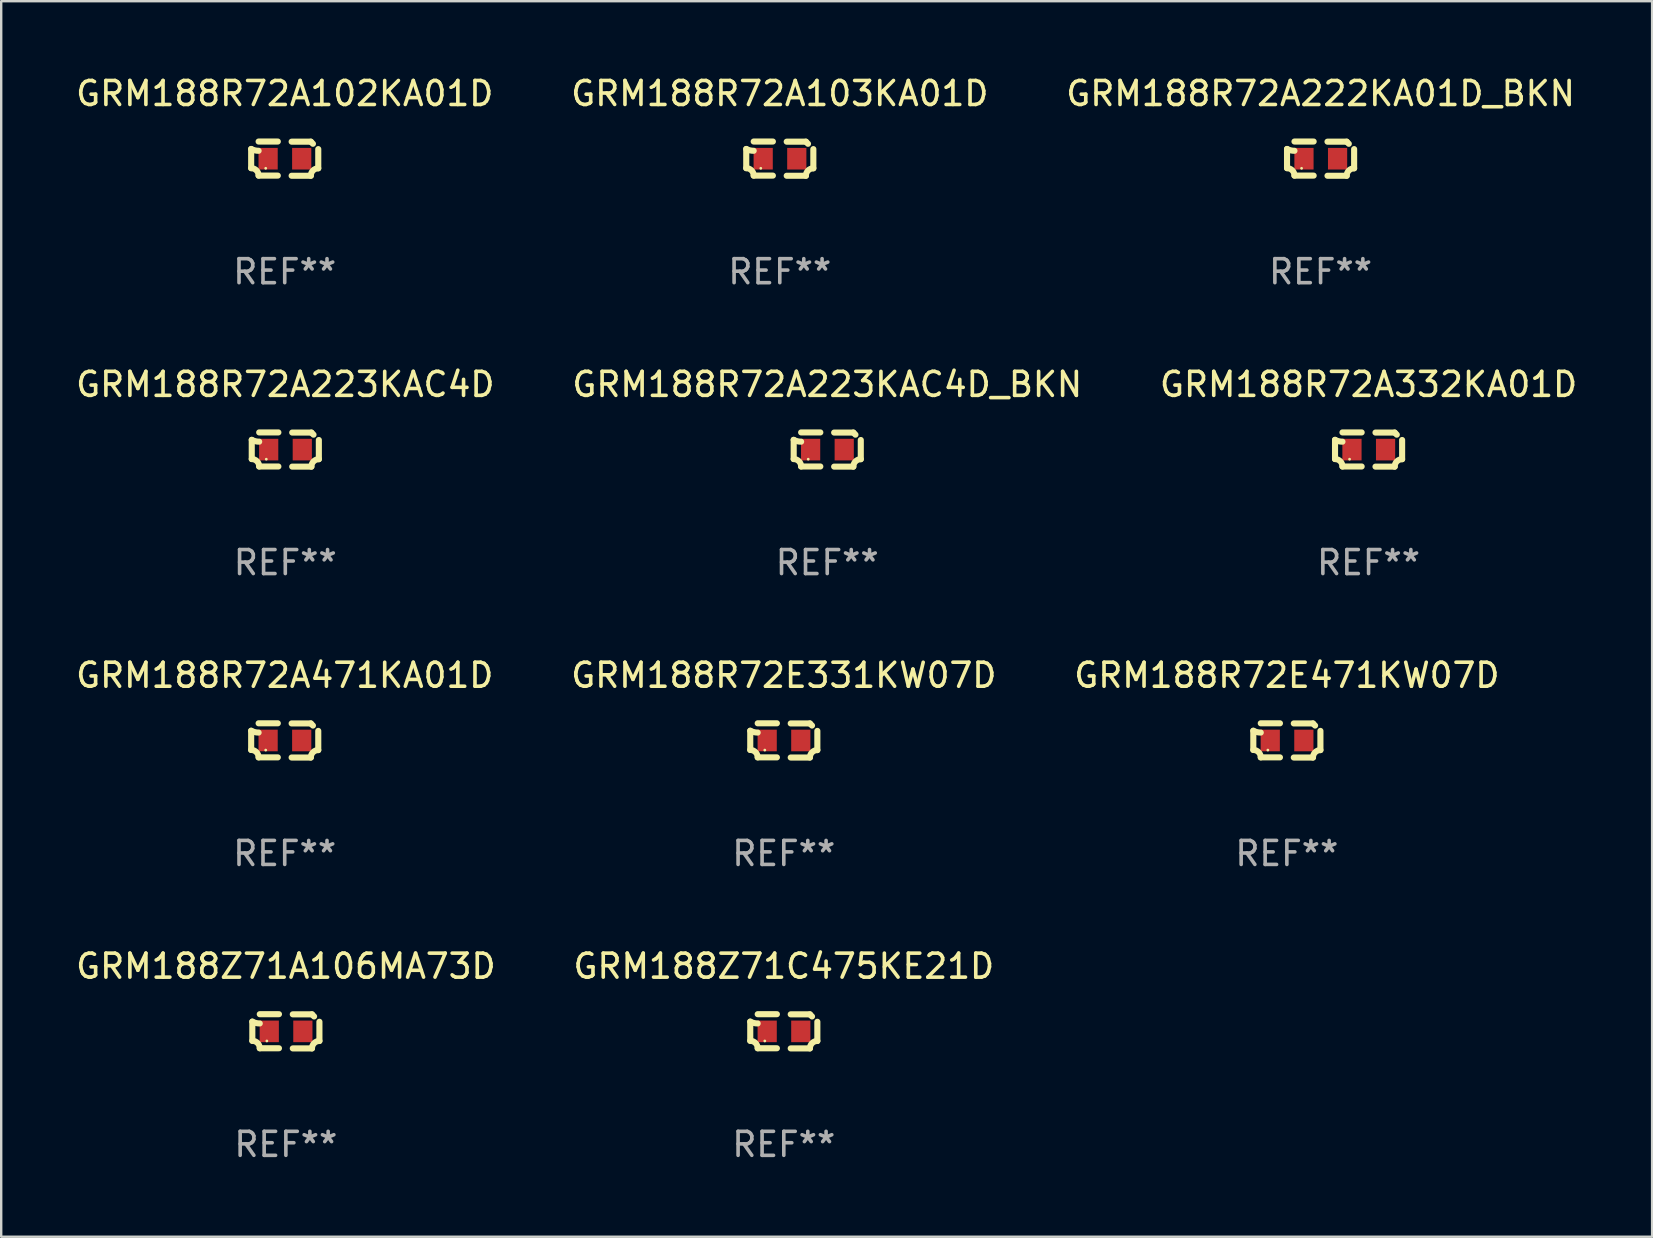
<source format=kicad_pcb>
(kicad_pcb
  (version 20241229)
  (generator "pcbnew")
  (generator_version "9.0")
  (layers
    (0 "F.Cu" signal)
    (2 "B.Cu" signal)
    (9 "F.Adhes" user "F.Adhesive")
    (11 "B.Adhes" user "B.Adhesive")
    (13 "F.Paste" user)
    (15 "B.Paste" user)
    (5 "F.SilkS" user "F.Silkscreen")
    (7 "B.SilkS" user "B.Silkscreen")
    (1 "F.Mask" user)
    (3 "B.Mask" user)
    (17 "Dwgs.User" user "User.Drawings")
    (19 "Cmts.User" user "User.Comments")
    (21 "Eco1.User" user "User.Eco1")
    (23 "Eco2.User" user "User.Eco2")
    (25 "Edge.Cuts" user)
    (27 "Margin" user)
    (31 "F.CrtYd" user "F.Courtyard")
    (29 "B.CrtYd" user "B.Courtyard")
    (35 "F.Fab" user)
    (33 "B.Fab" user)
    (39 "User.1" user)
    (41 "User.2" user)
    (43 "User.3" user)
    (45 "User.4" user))
  (footprint "GRM188R72A103KA01D"
    (layer "F.Cu")
    (at 29.446 3.561)
    (property "Reference" "GRM188R72A103KA01D" (at 0 -2.713 0) (layer "F.SilkS") (effects (font (size 1 1) (thickness 0.15))))
    (attr through_hole)
    (fp_line (start -1.398 -0.403) (end -1.398 0.397) (stroke (width 0.254) (type solid)) (layer "F.SilkS"))
    (fp_line (start -0.288 -0.713) (end -1.088 -0.713) (stroke (width 0.254) (type solid)) (layer "F.SilkS"))
    (fp_line (start -0.288 0.707) (end -1.088 0.707) (stroke (width 0.254) (type solid)) (layer "F.SilkS"))
    (fp_line (start 0.288 -0.707) (end 1.088 -0.707) (stroke (width 0.254) (type solid)) (layer "F.SilkS"))
    (fp_line (start 0.288 0.713) (end 1.088 0.713) (stroke (width 0.254) (type solid)) (layer "F.SilkS"))
    (fp_line (start 1.398 -0.397) (end 1.398 0.403) (stroke (width 0.254) (type solid)) (layer "F.SilkS"))
    (fp_arc (start -1.397789 0.397066) (mid -1.178701 0.487826) (end -1.08796 0.706922) (stroke (width 0.254001) (type solid)) (layer "F.SilkS"))
    (fp_arc (start -1.08796 -0.327176) (mid -1.247436 -0.346384) (end -1.39779 -0.402908) (stroke (width 0.254001) (type solid)) (layer "F.SilkS"))
    (fp_arc (start 1.087909 0.712738) (mid 1.178656 0.493655) (end 1.397739 0.402908) (stroke (width 0.254001) (type solid)) (layer "F.SilkS"))
    (fp_arc (start 1.175925 -0.618926) (mid 1.131917 -0.662923) (end 1.08791 -0.706922) (stroke (width 0.254001) (type solid)) (layer "F.SilkS"))
    (fp_circle (center -0.792 0.403) (end -0.762 0.403) (stroke (width 0.06) (type solid)) (fill no) (layer "F.SilkS"))
    (fp_text user "REF**" (at 0 4.713 0) (layer "F.Fab") (effects (font (size 1 1) (thickness 0.15))))
    (pad "1" smd rect (at -0.692 0.003) (size 0.8 0.9) (layers "F.Cu" "F.Mask" "F.Paste"))
    (pad "2" smd rect (at 0.708 0.003) (size 0.8 0.9) (layers "F.Cu" "F.Mask" "F.Paste")))
  (footprint "GRM188R72A471KA01D"
    (layer "F.Cu")
    (at 8.815 27.805)
    (property "Reference" "GRM188R72A471KA01D" (at 0 -2.713 0) (layer "F.SilkS") (effects (font (size 1 1) (thickness 0.15))))
    (attr through_hole)
    (fp_line (start -1.398 -0.403) (end -1.398 0.397) (stroke (width 0.254) (type solid)) (layer "F.SilkS"))
    (fp_line (start -0.288 -0.713) (end -1.088 -0.713) (stroke (width 0.254) (type solid)) (layer "F.SilkS"))
    (fp_line (start -0.288 0.707) (end -1.088 0.707) (stroke (width 0.254) (type solid)) (layer "F.SilkS"))
    (fp_line (start 0.288 -0.707) (end 1.088 -0.707) (stroke (width 0.254) (type solid)) (layer "F.SilkS"))
    (fp_line (start 0.288 0.713) (end 1.088 0.713) (stroke (width 0.254) (type solid)) (layer "F.SilkS"))
    (fp_line (start 1.398 -0.397) (end 1.398 0.403) (stroke (width 0.254) (type solid)) (layer "F.SilkS"))
    (fp_arc (start -1.397789 0.397066) (mid -1.178701 0.487826) (end -1.08796 0.706922) (stroke (width 0.254001) (type solid)) (layer "F.SilkS"))
    (fp_arc (start -1.08796 -0.327176) (mid -1.247436 -0.346384) (end -1.39779 -0.402908) (stroke (width 0.254001) (type solid)) (layer "F.SilkS"))
    (fp_arc (start 1.087909 0.712738) (mid 1.178656 0.493655) (end 1.397739 0.402908) (stroke (width 0.254001) (type solid)) (layer "F.SilkS"))
    (fp_arc (start 1.175925 -0.618926) (mid 1.131917 -0.662923) (end 1.08791 -0.706922) (stroke (width 0.254001) (type solid)) (layer "F.SilkS"))
    (fp_circle (center -0.792 0.403) (end -0.762 0.403) (stroke (width 0.06) (type solid)) (fill no) (layer "F.SilkS"))
    (fp_text user "REF**" (at 0 4.713 0) (layer "F.Fab") (effects (font (size 1 1) (thickness 0.15))))
    (pad "1" smd rect (at -0.692 0.003) (size 0.8 0.9) (layers "F.Cu" "F.Mask" "F.Paste"))
    (pad "2" smd rect (at 0.708 0.003) (size 0.8 0.9) (layers "F.Cu" "F.Mask" "F.Paste")))
  (footprint "GRM188R72A222KA01D_BKN"
    (layer "F.Cu")
    (at 51.982 3.561)
    (property "Reference" "GRM188R72A222KA01D_BKN" (at 0 -2.713 0) (layer "F.SilkS") (effects (font (size 1 1) (thickness 0.15))))
    (attr through_hole)
    (fp_line (start -1.398 -0.403) (end -1.398 0.397) (stroke (width 0.254) (type solid)) (layer "F.SilkS"))
    (fp_line (start -0.288 -0.713) (end -1.088 -0.713) (stroke (width 0.254) (type solid)) (layer "F.SilkS"))
    (fp_line (start -0.288 0.707) (end -1.088 0.707) (stroke (width 0.254) (type solid)) (layer "F.SilkS"))
    (fp_line (start 0.288 -0.707) (end 1.088 -0.707) (stroke (width 0.254) (type solid)) (layer "F.SilkS"))
    (fp_line (start 0.288 0.713) (end 1.088 0.713) (stroke (width 0.254) (type solid)) (layer "F.SilkS"))
    (fp_line (start 1.398 -0.397) (end 1.398 0.403) (stroke (width 0.254) (type solid)) (layer "F.SilkS"))
    (fp_arc (start -1.397789 0.397066) (mid -1.178701 0.487826) (end -1.08796 0.706922) (stroke (width 0.254001) (type solid)) (layer "F.SilkS"))
    (fp_arc (start -1.08796 -0.327176) (mid -1.247436 -0.346384) (end -1.39779 -0.402908) (stroke (width 0.254001) (type solid)) (layer "F.SilkS"))
    (fp_arc (start 1.087909 0.712738) (mid 1.178656 0.493655) (end 1.397739 0.402908) (stroke (width 0.254001) (type solid)) (layer "F.SilkS"))
    (fp_arc (start 1.175925 -0.618926) (mid 1.131917 -0.662923) (end 1.08791 -0.706922) (stroke (width 0.254001) (type solid)) (layer "F.SilkS"))
    (fp_circle (center -0.792 0.403) (end -0.762 0.403) (stroke (width 0.06) (type solid)) (fill no) (layer "F.SilkS"))
    (fp_text user "REF**" (at 0 4.713 0) (layer "F.Fab") (effects (font (size 1 1) (thickness 0.15))))
    (pad "1" smd rect (at -0.692 0.003) (size 0.8 0.9) (layers "F.Cu" "F.Mask" "F.Paste"))
    (pad "2" smd rect (at 0.708 0.003) (size 0.8 0.9) (layers "F.Cu" "F.Mask" "F.Paste")))
  (footprint "GRM188Z71A106MA73D"
    (layer "F.Cu")
    (at 8.863 39.927)
    (property "Reference" "GRM188Z71A106MA73D" (at 0 -2.713 0) (layer "F.SilkS") (effects (font (size 1 1) (thickness 0.15))))
    (attr through_hole)
    (fp_line (start -1.398 -0.403) (end -1.398 0.397) (stroke (width 0.254) (type solid)) (layer "F.SilkS"))
    (fp_line (start -0.288 -0.713) (end -1.088 -0.713) (stroke (width 0.254) (type solid)) (layer "F.SilkS"))
    (fp_line (start -0.288 0.707) (end -1.088 0.707) (stroke (width 0.254) (type solid)) (layer "F.SilkS"))
    (fp_line (start 0.288 -0.707) (end 1.088 -0.707) (stroke (width 0.254) (type solid)) (layer "F.SilkS"))
    (fp_line (start 0.288 0.713) (end 1.088 0.713) (stroke (width 0.254) (type solid)) (layer "F.SilkS"))
    (fp_line (start 1.398 -0.397) (end 1.398 0.403) (stroke (width 0.254) (type solid)) (layer "F.SilkS"))
    (fp_arc (start -1.397789 0.397066) (mid -1.178701 0.487826) (end -1.08796 0.706922) (stroke (width 0.254001) (type solid)) (layer "F.SilkS"))
    (fp_arc (start -1.08796 -0.327176) (mid -1.247436 -0.346384) (end -1.39779 -0.402908) (stroke (width 0.254001) (type solid)) (layer "F.SilkS"))
    (fp_arc (start 1.087909 0.712738) (mid 1.178656 0.493655) (end 1.397739 0.402908) (stroke (width 0.254001) (type solid)) (layer "F.SilkS"))
    (fp_arc (start 1.175925 -0.618926) (mid 1.131917 -0.662923) (end 1.08791 -0.706922) (stroke (width 0.254001) (type solid)) (layer "F.SilkS"))
    (fp_circle (center -0.792 0.403) (end -0.762 0.403) (stroke (width 0.06) (type solid)) (fill no) (layer "F.SilkS"))
    (fp_text user "REF**" (at 0 4.713 0) (layer "F.Fab") (effects (font (size 1 1) (thickness 0.15))))
    (pad "1" smd rect (at -0.692 0.003) (size 0.8 0.9) (layers "F.Cu" "F.Mask" "F.Paste"))
    (pad "2" smd rect (at 0.708 0.003) (size 0.8 0.9) (layers "F.Cu" "F.Mask" "F.Paste")))
  (footprint "GRM188R72A332KA01D"
    (layer "F.Cu")
    (at 53.982 15.683)
    (property "Reference" "GRM188R72A332KA01D" (at 0 -2.713 0) (layer "F.SilkS") (effects (font (size 1 1) (thickness 0.15))))
    (attr through_hole)
    (fp_line (start -1.398 -0.403) (end -1.398 0.397) (stroke (width 0.254) (type solid)) (layer "F.SilkS"))
    (fp_line (start -0.288 -0.713) (end -1.088 -0.713) (stroke (width 0.254) (type solid)) (layer "F.SilkS"))
    (fp_line (start -0.288 0.707) (end -1.088 0.707) (stroke (width 0.254) (type solid)) (layer "F.SilkS"))
    (fp_line (start 0.288 -0.707) (end 1.088 -0.707) (stroke (width 0.254) (type solid)) (layer "F.SilkS"))
    (fp_line (start 0.288 0.713) (end 1.088 0.713) (stroke (width 0.254) (type solid)) (layer "F.SilkS"))
    (fp_line (start 1.398 -0.397) (end 1.398 0.403) (stroke (width 0.254) (type solid)) (layer "F.SilkS"))
    (fp_arc (start -1.397789 0.397066) (mid -1.178701 0.487826) (end -1.08796 0.706922) (stroke (width 0.254001) (type solid)) (layer "F.SilkS"))
    (fp_arc (start -1.08796 -0.327176) (mid -1.247436 -0.346384) (end -1.39779 -0.402908) (stroke (width 0.254001) (type solid)) (layer "F.SilkS"))
    (fp_arc (start 1.087909 0.712738) (mid 1.178656 0.493655) (end 1.397739 0.402908) (stroke (width 0.254001) (type solid)) (layer "F.SilkS"))
    (fp_arc (start 1.175925 -0.618926) (mid 1.131917 -0.662923) (end 1.08791 -0.706922) (stroke (width 0.254001) (type solid)) (layer "F.SilkS"))
    (fp_circle (center -0.792 0.403) (end -0.762 0.403) (stroke (width 0.06) (type solid)) (fill no) (layer "F.SilkS"))
    (fp_text user "REF**" (at 0 4.713 0) (layer "F.Fab") (effects (font (size 1 1) (thickness 0.15))))
    (pad "1" smd rect (at -0.692 0.003) (size 0.8 0.9) (layers "F.Cu" "F.Mask" "F.Paste"))
    (pad "2" smd rect (at 0.708 0.003) (size 0.8 0.9) (layers "F.Cu" "F.Mask" "F.Paste")))
  (footprint "GRM188R72A102KA01D"
    (layer "F.Cu")
    (at 8.815 3.561)
    (property "Reference" "GRM188R72A102KA01D" (at 0 -2.713 0) (layer "F.SilkS") (effects (font (size 1 1) (thickness 0.15))))
    (attr through_hole)
    (fp_line (start -1.398 -0.403) (end -1.398 0.397) (stroke (width 0.254) (type solid)) (layer "F.SilkS"))
    (fp_line (start -0.288 -0.713) (end -1.088 -0.713) (stroke (width 0.254) (type solid)) (layer "F.SilkS"))
    (fp_line (start -0.288 0.707) (end -1.088 0.707) (stroke (width 0.254) (type solid)) (layer "F.SilkS"))
    (fp_line (start 0.288 -0.707) (end 1.088 -0.707) (stroke (width 0.254) (type solid)) (layer "F.SilkS"))
    (fp_line (start 0.288 0.713) (end 1.088 0.713) (stroke (width 0.254) (type solid)) (layer "F.SilkS"))
    (fp_line (start 1.398 -0.397) (end 1.398 0.403) (stroke (width 0.254) (type solid)) (layer "F.SilkS"))
    (fp_arc (start -1.397789 0.397066) (mid -1.178701 0.487826) (end -1.08796 0.706922) (stroke (width 0.254001) (type solid)) (layer "F.SilkS"))
    (fp_arc (start -1.08796 -0.327176) (mid -1.247436 -0.346384) (end -1.39779 -0.402908) (stroke (width 0.254001) (type solid)) (layer "F.SilkS"))
    (fp_arc (start 1.087909 0.712738) (mid 1.178656 0.493655) (end 1.397739 0.402908) (stroke (width 0.254001) (type solid)) (layer "F.SilkS"))
    (fp_arc (start 1.175925 -0.618926) (mid 1.131917 -0.662923) (end 1.08791 -0.706922) (stroke (width 0.254001) (type solid)) (layer "F.SilkS"))
    (fp_circle (center -0.792 0.403) (end -0.762 0.403) (stroke (width 0.06) (type solid)) (fill no) (layer "F.SilkS"))
    (fp_text user "REF**" (at 0 4.713 0) (layer "F.Fab") (effects (font (size 1 1) (thickness 0.15))))
    (pad "1" smd rect (at -0.692 0.003) (size 0.8 0.9) (layers "F.Cu" "F.Mask" "F.Paste"))
    (pad "2" smd rect (at 0.708 0.003) (size 0.8 0.9) (layers "F.Cu" "F.Mask" "F.Paste")))
  (footprint "GRM188R72E471KW07D"
    (layer "F.Cu")
    (at 50.577 27.805)
    (property "Reference" "GRM188R72E471KW07D" (at 0 -2.713 0) (layer "F.SilkS") (effects (font (size 1 1) (thickness 0.15))))
    (attr through_hole)
    (fp_line (start -1.398 -0.403) (end -1.398 0.397) (stroke (width 0.254) (type solid)) (layer "F.SilkS"))
    (fp_line (start -0.288 -0.713) (end -1.088 -0.713) (stroke (width 0.254) (type solid)) (layer "F.SilkS"))
    (fp_line (start -0.288 0.707) (end -1.088 0.707) (stroke (width 0.254) (type solid)) (layer "F.SilkS"))
    (fp_line (start 0.288 -0.707) (end 1.088 -0.707) (stroke (width 0.254) (type solid)) (layer "F.SilkS"))
    (fp_line (start 0.288 0.713) (end 1.088 0.713) (stroke (width 0.254) (type solid)) (layer "F.SilkS"))
    (fp_line (start 1.398 -0.397) (end 1.398 0.403) (stroke (width 0.254) (type solid)) (layer "F.SilkS"))
    (fp_arc (start -1.397789 0.397066) (mid -1.178701 0.487826) (end -1.08796 0.706922) (stroke (width 0.254001) (type solid)) (layer "F.SilkS"))
    (fp_arc (start -1.08796 -0.327176) (mid -1.247436 -0.346384) (end -1.39779 -0.402908) (stroke (width 0.254001) (type solid)) (layer "F.SilkS"))
    (fp_arc (start 1.087909 0.712738) (mid 1.178656 0.493655) (end 1.397739 0.402908) (stroke (width 0.254001) (type solid)) (layer "F.SilkS"))
    (fp_arc (start 1.175925 -0.618926) (mid 1.131917 -0.662923) (end 1.08791 -0.706922) (stroke (width 0.254001) (type solid)) (layer "F.SilkS"))
    (fp_circle (center -0.792 0.403) (end -0.762 0.403) (stroke (width 0.06) (type solid)) (fill no) (layer "F.SilkS"))
    (fp_text user "REF**" (at 0 4.713 0) (layer "F.Fab") (effects (font (size 1 1) (thickness 0.15))))
    (pad "1" smd rect (at -0.692 0.003) (size 0.8 0.9) (layers "F.Cu" "F.Mask" "F.Paste"))
    (pad "2" smd rect (at 0.708 0.003) (size 0.8 0.9) (layers "F.Cu" "F.Mask" "F.Paste")))
  (footprint "GRM188R72A223KAC4D_BKN"
    (layer "F.Cu")
    (at 31.423 15.683)
    (property "Reference" "GRM188R72A223KAC4D_BKN" (at 0 -2.713 0) (layer "F.SilkS") (effects (font (size 1 1) (thickness 0.15))))
    (attr through_hole)
    (fp_line (start -1.398 -0.403) (end -1.398 0.397) (stroke (width 0.254) (type solid)) (layer "F.SilkS"))
    (fp_line (start -0.288 -0.713) (end -1.088 -0.713) (stroke (width 0.254) (type solid)) (layer "F.SilkS"))
    (fp_line (start -0.288 0.707) (end -1.088 0.707) (stroke (width 0.254) (type solid)) (layer "F.SilkS"))
    (fp_line (start 0.288 -0.707) (end 1.088 -0.707) (stroke (width 0.254) (type solid)) (layer "F.SilkS"))
    (fp_line (start 0.288 0.713) (end 1.088 0.713) (stroke (width 0.254) (type solid)) (layer "F.SilkS"))
    (fp_line (start 1.398 -0.397) (end 1.398 0.403) (stroke (width 0.254) (type solid)) (layer "F.SilkS"))
    (fp_arc (start -1.397789 0.397066) (mid -1.178701 0.487826) (end -1.08796 0.706922) (stroke (width 0.254001) (type solid)) (layer "F.SilkS"))
    (fp_arc (start -1.08796 -0.327176) (mid -1.247436 -0.346384) (end -1.39779 -0.402908) (stroke (width 0.254001) (type solid)) (layer "F.SilkS"))
    (fp_arc (start 1.087909 0.712738) (mid 1.178656 0.493655) (end 1.397739 0.402908) (stroke (width 0.254001) (type solid)) (layer "F.SilkS"))
    (fp_arc (start 1.175925 -0.618926) (mid 1.131917 -0.662923) (end 1.08791 -0.706922) (stroke (width 0.254001) (type solid)) (layer "F.SilkS"))
    (fp_circle (center -0.792 0.403) (end -0.762 0.403) (stroke (width 0.06) (type solid)) (fill no) (layer "F.SilkS"))
    (fp_text user "REF**" (at 0 4.713 0) (layer "F.Fab") (effects (font (size 1 1) (thickness 0.15))))
    (pad "1" smd rect (at -0.692 0.003) (size 0.8 0.9) (layers "F.Cu" "F.Mask" "F.Paste"))
    (pad "2" smd rect (at 0.708 0.003) (size 0.8 0.9) (layers "F.Cu" "F.Mask" "F.Paste")))
  (footprint "GRM188R72E331KW07D"
    (layer "F.Cu")
    (at 29.613 27.805)
    (property "Reference" "GRM188R72E331KW07D" (at 0 -2.713 0) (layer "F.SilkS") (effects (font (size 1 1) (thickness 0.15))))
    (attr through_hole)
    (fp_line (start -1.398 -0.403) (end -1.398 0.397) (stroke (width 0.254) (type solid)) (layer "F.SilkS"))
    (fp_line (start -0.288 -0.713) (end -1.088 -0.713) (stroke (width 0.254) (type solid)) (layer "F.SilkS"))
    (fp_line (start -0.288 0.707) (end -1.088 0.707) (stroke (width 0.254) (type solid)) (layer "F.SilkS"))
    (fp_line (start 0.288 -0.707) (end 1.088 -0.707) (stroke (width 0.254) (type solid)) (layer "F.SilkS"))
    (fp_line (start 0.288 0.713) (end 1.088 0.713) (stroke (width 0.254) (type solid)) (layer "F.SilkS"))
    (fp_line (start 1.398 -0.397) (end 1.398 0.403) (stroke (width 0.254) (type solid)) (layer "F.SilkS"))
    (fp_arc (start -1.397789 0.397066) (mid -1.178701 0.487826) (end -1.08796 0.706922) (stroke (width 0.254001) (type solid)) (layer "F.SilkS"))
    (fp_arc (start -1.08796 -0.327176) (mid -1.247436 -0.346384) (end -1.39779 -0.402908) (stroke (width 0.254001) (type solid)) (layer "F.SilkS"))
    (fp_arc (start 1.087909 0.712738) (mid 1.178656 0.493655) (end 1.397739 0.402908) (stroke (width 0.254001) (type solid)) (layer "F.SilkS"))
    (fp_arc (start 1.175925 -0.618926) (mid 1.131917 -0.662923) (end 1.08791 -0.706922) (stroke (width 0.254001) (type solid)) (layer "F.SilkS"))
    (fp_circle (center -0.792 0.403) (end -0.762 0.403) (stroke (width 0.06) (type solid)) (fill no) (layer "F.SilkS"))
    (fp_text user "REF**" (at 0 4.713 0) (layer "F.Fab") (effects (font (size 1 1) (thickness 0.15))))
    (pad "1" smd rect (at -0.692 0.003) (size 0.8 0.9) (layers "F.Cu" "F.Mask" "F.Paste"))
    (pad "2" smd rect (at 0.708 0.003) (size 0.8 0.9) (layers "F.Cu" "F.Mask" "F.Paste")))
  (footprint "GRM188R72A223KAC4D"
    (layer "F.Cu")
    (at 8.839 15.683)
    (property "Reference" "GRM188R72A223KAC4D" (at 0 -2.713 0) (layer "F.SilkS") (effects (font (size 1 1) (thickness 0.15))))
    (attr through_hole)
    (fp_line (start -1.398 -0.403) (end -1.398 0.397) (stroke (width 0.254) (type solid)) (layer "F.SilkS"))
    (fp_line (start -0.288 -0.713) (end -1.088 -0.713) (stroke (width 0.254) (type solid)) (layer "F.SilkS"))
    (fp_line (start -0.288 0.707) (end -1.088 0.707) (stroke (width 0.254) (type solid)) (layer "F.SilkS"))
    (fp_line (start 0.288 -0.707) (end 1.088 -0.707) (stroke (width 0.254) (type solid)) (layer "F.SilkS"))
    (fp_line (start 0.288 0.713) (end 1.088 0.713) (stroke (width 0.254) (type solid)) (layer "F.SilkS"))
    (fp_line (start 1.398 -0.397) (end 1.398 0.403) (stroke (width 0.254) (type solid)) (layer "F.SilkS"))
    (fp_arc (start -1.397789 0.397066) (mid -1.178701 0.487826) (end -1.08796 0.706922) (stroke (width 0.254001) (type solid)) (layer "F.SilkS"))
    (fp_arc (start -1.08796 -0.327176) (mid -1.247436 -0.346384) (end -1.39779 -0.402908) (stroke (width 0.254001) (type solid)) (layer "F.SilkS"))
    (fp_arc (start 1.087909 0.712738) (mid 1.178656 0.493655) (end 1.397739 0.402908) (stroke (width 0.254001) (type solid)) (layer "F.SilkS"))
    (fp_arc (start 1.175925 -0.618926) (mid 1.131917 -0.662923) (end 1.08791 -0.706922) (stroke (width 0.254001) (type solid)) (layer "F.SilkS"))
    (fp_circle (center -0.792 0.403) (end -0.762 0.403) (stroke (width 0.06) (type solid)) (fill no) (layer "F.SilkS"))
    (fp_text user "REF**" (at 0 4.713 0) (layer "F.Fab") (effects (font (size 1 1) (thickness 0.15))))
    (pad "1" smd rect (at -0.692 0.003) (size 0.8 0.9) (layers "F.Cu" "F.Mask" "F.Paste"))
    (pad "2" smd rect (at 0.708 0.003) (size 0.8 0.9) (layers "F.Cu" "F.Mask" "F.Paste")))
  (footprint "GRM188Z71C475KE21D"
    (layer "F.Cu")
    (at 29.613 39.927)
    (property "Reference" "GRM188Z71C475KE21D" (at 0 -2.713 0) (layer "F.SilkS") (effects (font (size 1 1) (thickness 0.15))))
    (attr through_hole)
    (fp_line (start -1.398 -0.403) (end -1.398 0.397) (stroke (width 0.254) (type solid)) (layer "F.SilkS"))
    (fp_line (start -0.288 -0.713) (end -1.088 -0.713) (stroke (width 0.254) (type solid)) (layer "F.SilkS"))
    (fp_line (start -0.288 0.707) (end -1.088 0.707) (stroke (width 0.254) (type solid)) (layer "F.SilkS"))
    (fp_line (start 0.288 -0.707) (end 1.088 -0.707) (stroke (width 0.254) (type solid)) (layer "F.SilkS"))
    (fp_line (start 0.288 0.713) (end 1.088 0.713) (stroke (width 0.254) (type solid)) (layer "F.SilkS"))
    (fp_line (start 1.398 -0.397) (end 1.398 0.403) (stroke (width 0.254) (type solid)) (layer "F.SilkS"))
    (fp_arc (start -1.397789 0.397066) (mid -1.178701 0.487826) (end -1.08796 0.706922) (stroke (width 0.254001) (type solid)) (layer "F.SilkS"))
    (fp_arc (start -1.08796 -0.327176) (mid -1.247436 -0.346384) (end -1.39779 -0.402908) (stroke (width 0.254001) (type solid)) (layer "F.SilkS"))
    (fp_arc (start 1.087909 0.712738) (mid 1.178656 0.493655) (end 1.397739 0.402908) (stroke (width 0.254001) (type solid)) (layer "F.SilkS"))
    (fp_arc (start 1.175925 -0.618926) (mid 1.131917 -0.662923) (end 1.08791 -0.706922) (stroke (width 0.254001) (type solid)) (layer "F.SilkS"))
    (fp_circle (center -0.792 0.403) (end -0.762 0.403) (stroke (width 0.06) (type solid)) (fill no) (layer "F.SilkS"))
    (fp_text user "REF**" (at 0 4.713 0) (layer "F.Fab") (effects (font (size 1 1) (thickness 0.15))))
    (pad "1" smd rect (at -0.692 0.003) (size 0.8 0.9) (layers "F.Cu" "F.Mask" "F.Paste"))
    (pad "2" smd rect (at 0.708 0.003) (size 0.8 0.9) (layers "F.Cu" "F.Mask" "F.Paste")))
  (gr_rect
    (start -3 -3)
    (end 65.798 48.488)
    (stroke (width 0.1) (type default))
    (fill no)
    (layer "Edge.Cuts")))
</source>
